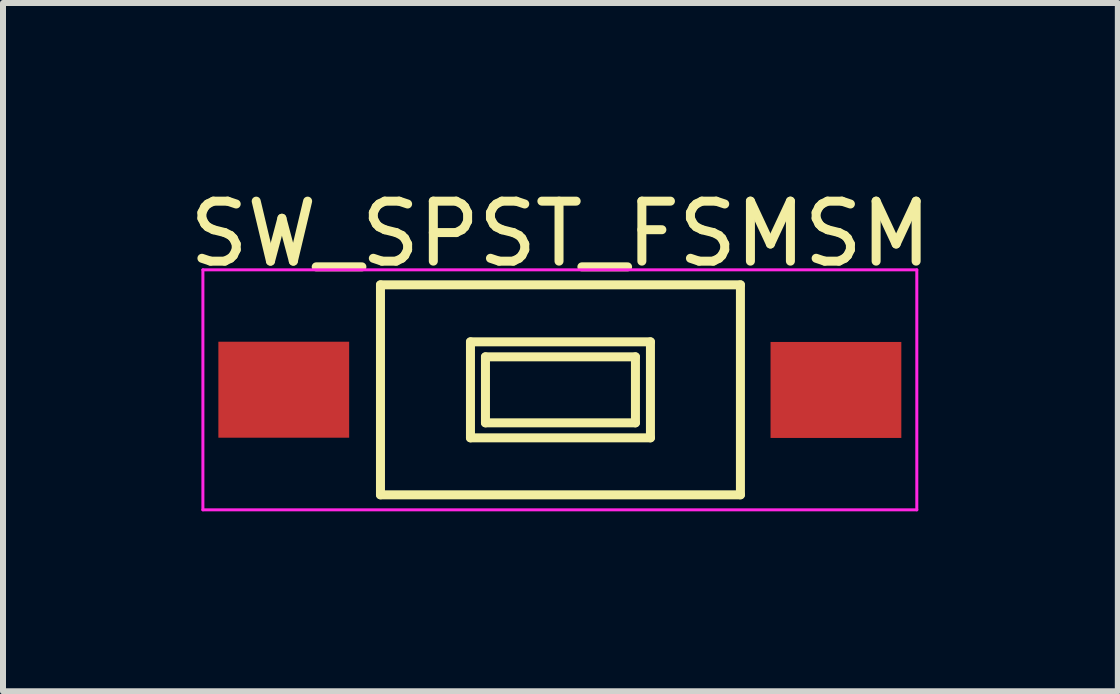
<source format=kicad_pcb>
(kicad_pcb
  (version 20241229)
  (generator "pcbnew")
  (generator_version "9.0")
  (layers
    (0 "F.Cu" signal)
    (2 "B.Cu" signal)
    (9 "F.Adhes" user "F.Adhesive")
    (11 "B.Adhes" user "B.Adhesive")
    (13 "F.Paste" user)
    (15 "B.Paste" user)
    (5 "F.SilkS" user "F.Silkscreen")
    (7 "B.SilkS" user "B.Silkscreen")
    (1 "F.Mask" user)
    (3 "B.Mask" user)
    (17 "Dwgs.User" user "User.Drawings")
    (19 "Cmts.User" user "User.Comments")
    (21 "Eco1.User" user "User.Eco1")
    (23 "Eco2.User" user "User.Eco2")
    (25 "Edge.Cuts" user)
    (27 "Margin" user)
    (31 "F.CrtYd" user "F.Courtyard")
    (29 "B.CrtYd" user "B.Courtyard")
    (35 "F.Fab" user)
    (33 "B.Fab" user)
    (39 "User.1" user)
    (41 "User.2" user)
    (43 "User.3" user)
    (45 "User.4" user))
  (footprint "SW_SPST_FSMSM"
    (layer "F.Cu")
    (at 6.282 3.448)
    (property "Reference" "SW_SPST_FSMSM" (at 0.01 -2.6 0) (layer "F.SilkS") (effects (font (size 1 1) (thickness 0.15))))
    (attr smd)
    (fp_line (start -2.99 -1.75) (end -2.99 1.75) (stroke (width 0.15) (type solid)) (layer "F.SilkS"))
    (fp_line (start -2.99 -1.75) (end 3.01 -1.75) (stroke (width 0.15) (type solid)) (layer "F.SilkS"))
    (fp_line (start -2.99 1.75) (end 3.01 1.75) (stroke (width 0.15) (type solid)) (layer "F.SilkS"))
    (fp_line (start -1.49 -0.8) (end -1.49 0.8) (stroke (width 0.15) (type solid)) (layer "F.SilkS"))
    (fp_line (start -1.49 -0.8) (end 1.51 -0.8) (stroke (width 0.15) (type solid)) (layer "F.SilkS"))
    (fp_line (start -1.49 0.8) (end 1.51 0.8) (stroke (width 0.15) (type solid)) (layer "F.SilkS"))
    (fp_line (start -1.24 -0.55) (end 1.26 -0.55) (stroke (width 0.15) (type solid)) (layer "F.SilkS"))
    (fp_line (start -1.24 0.55) (end -1.24 -0.55) (stroke (width 0.15) (type solid)) (layer "F.SilkS"))
    (fp_line (start 1.26 -0.55) (end 1.26 0.55) (stroke (width 0.15) (type solid)) (layer "F.SilkS"))
    (fp_line (start 1.26 0.55) (end -1.24 0.55) (stroke (width 0.15) (type solid)) (layer "F.SilkS"))
    (fp_line (start 1.51 -0.8) (end 1.51 0.8) (stroke (width 0.15) (type solid)) (layer "F.SilkS"))
    (fp_line (start 3.01 -1.75) (end 3.01 1.75) (stroke (width 0.15) (type solid)) (layer "F.SilkS"))
    (fp_line (start -5.95 -2) (end -5.95 2) (stroke (width 0.05) (type solid)) (layer "F.CrtYd"))
    (fp_line (start -5.95 -2) (end 5.95 -2) (stroke (width 0.05) (type solid)) (layer "F.CrtYd"))
    (fp_line (start -5.95 2) (end 5.95 2) (stroke (width 0.05) (type solid)) (layer "F.CrtYd"))
    (fp_line (start 5.95 -2) (end 5.95 2) (stroke (width 0.05) (type solid)) (layer "F.CrtYd"))
    (pad "1" smd rect (at -4.602 -0.002) (size 2.18 1.6) (layers "F.Cu" "F.Mask" "F.Paste"))
    (pad "2" smd rect (at 4.602 0.002) (size 2.18 1.6) (layers "F.Cu" "F.Mask" "F.Paste")))
  (gr_rect
    (start -3 -3)
    (end 15.583 8.473)
    (stroke (width 0.1) (type default))
    (fill no)
    (layer "Edge.Cuts")))
</source>
